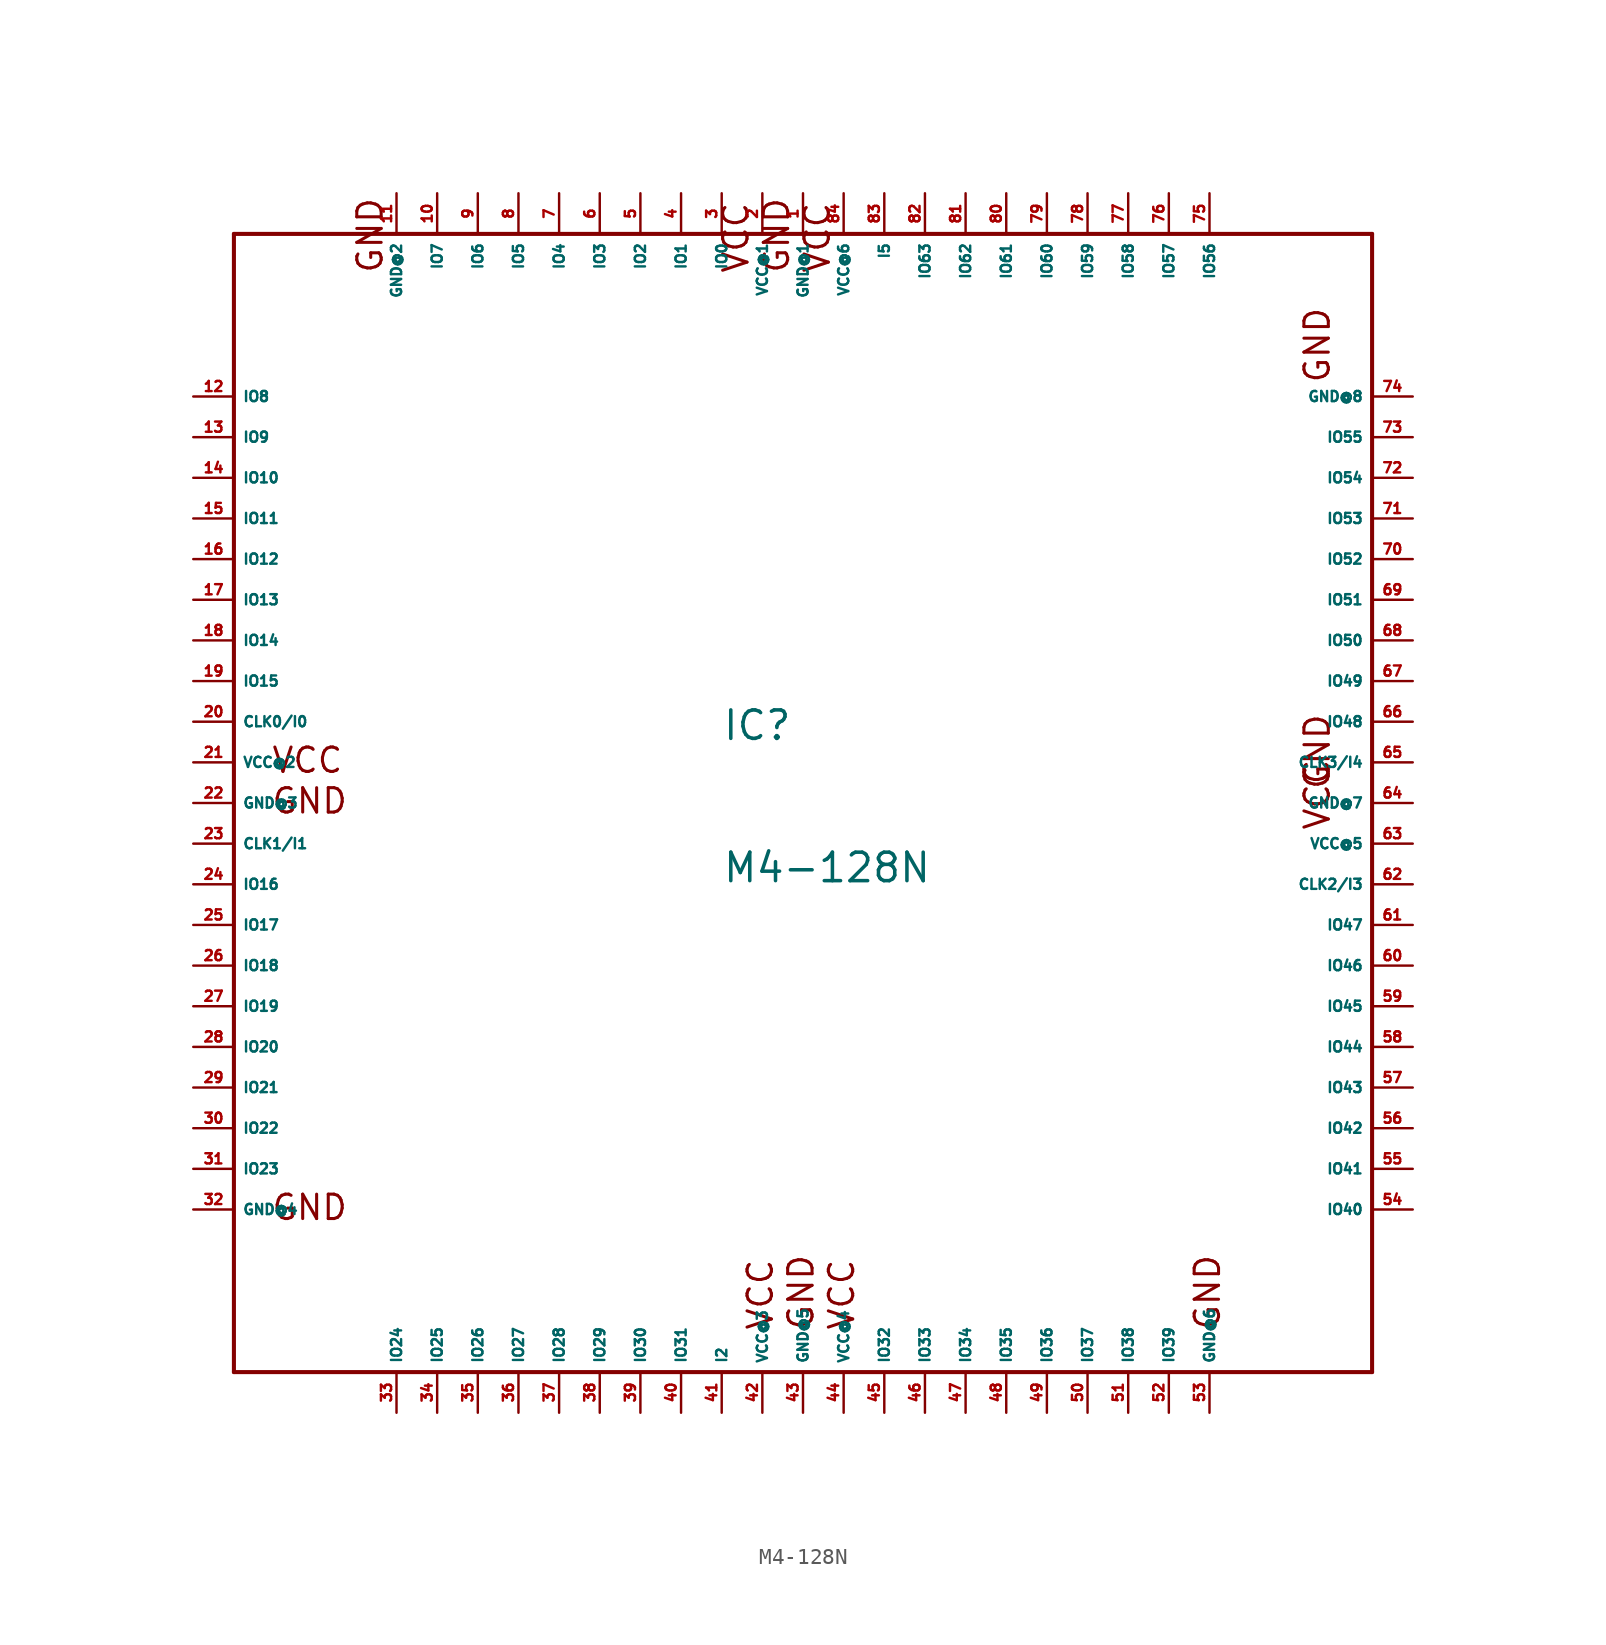
<source format=kicad_sym>
(kicad_symbol_lib
  (version 20220914)
  (generator Eagle2Kicad)
  (symbol "M4-128N"
    (property "Reference" "IC"
      (at -5.08 3.81 0)
      (effects (font (size 1.778 1.778) (thickness 0.22)) (justify left bottom)))
    (property "Value" "M4-128N"
      (at -5.08 -5.08 0)
      (effects (font (size 1.778 1.778) (thickness 0.22)) (justify left bottom)))
    (polyline
      (pts (xy -35.56 35.56) (xy -35.56 -35.56))
      (stroke (width 0.254) (type default))
      (fill (type none)))
    (polyline
      (pts (xy -35.56 -35.56) (xy 35.56 -35.56))
      (stroke (width 0.254) (type default))
      (fill (type none)))
    (polyline
      (pts (xy 35.56 -35.56) (xy 35.56 35.56))
      (stroke (width 0.254) (type default))
      (fill (type none)))
    (polyline
      (pts (xy 35.56 35.56) (xy -35.56 35.56))
      (stroke (width 0.254) (type default))
      (fill (type none)))
    (text "GND"
      (at -33.274 -0.762 0)
      (effects (font (size 1.524 1.524) (thickness 0.19)) (justify left bottom)))
    (text "GND"
      (at -33.274 -26.162 0)
      (effects (font (size 1.524 1.524) (thickness 0.19)) (justify left bottom)))
    (text "GND"
      (at 0.762 -33.02 900)
      (effects (font (size 1.524 1.524) (thickness 0.19)) (justify left bottom)))
    (text "GND"
      (at 26.162 -33.02 900)
      (effects (font (size 1.524 1.524) (thickness 0.19)) (justify left bottom)))
    (text "VCC"
      (at -1.778 -33.02 900)
      (effects (font (size 1.524 1.524) (thickness 0.19)) (justify left bottom)))
    (text "VCC"
      (at -33.274 1.778 0)
      (effects (font (size 1.524 1.524) (thickness 0.19)) (justify left bottom)))
    (text "VCC"
      (at 3.302 -33.02 900)
      (effects (font (size 1.524 1.524) (thickness 0.19)) (justify left bottom)))
    (text "GND"
      (at 33.02 0.762 1800)
      (effects (font (size 1.524 1.524) (thickness 0.19)) (justify left bottom)))
    (text "GND"
      (at 33.02 26.162 1800)
      (effects (font (size 1.524 1.524) (thickness 0.19)) (justify left bottom)))
    (text "GND"
      (at -0.762 33.02 2700)
      (effects (font (size 1.524 1.524) (thickness 0.19)) (justify left bottom)))
    (text "VCC"
      (at 33.02 -1.778 1800)
      (effects (font (size 1.524 1.524) (thickness 0.19)) (justify left bottom)))
    (text "GND"
      (at -26.162 33.02 2700)
      (effects (font (size 1.524 1.524) (thickness 0.19)) (justify left bottom)))
    (text "VCC"
      (at 1.778 33.02 2700)
      (effects (font (size 1.524 1.524) (thickness 0.19)) (justify left bottom)))
    (text "VCC"
      (at -3.302 33.02 2700)
      (effects (font (size 1.524 1.524) (thickness 0.19)) (justify left bottom)))
    (pin input line
      (at -38.1 5.08 0)
      (length 2.54)
      (name "CLK0/I0" (effects (font (size 0.635 0.635) (thickness 0.08)) (justify left bottom)))
      (number "20" (effects (font (size 0.635 0.635) (thickness 0.08)) (justify left bottom))))
    (pin input line
      (at -38.1 -2.54 0)
      (length 2.54)
      (name "CLK1/I1" (effects (font (size 0.635 0.635) (thickness 0.08)) (justify left bottom)))
      (number "23" (effects (font (size 0.635 0.635) (thickness 0.08)) (justify left bottom))))
    (pin bidirectional line
      (at -5.08 38.1 270)
      (length 2.54)
      (name "IO0" (effects (font (size 0.635 0.635) (thickness 0.08)) (justify left bottom)))
      (number "3" (effects (font (size 0.635 0.635) (thickness 0.08)) (justify left bottom))))
    (pin bidirectional line
      (at -7.62 38.1 270)
      (length 2.54)
      (name "IO1" (effects (font (size 0.635 0.635) (thickness 0.08)) (justify left bottom)))
      (number "4" (effects (font (size 0.635 0.635) (thickness 0.08)) (justify left bottom))))
    (pin bidirectional line
      (at -10.16 38.1 270)
      (length 2.54)
      (name "IO2" (effects (font (size 0.635 0.635) (thickness 0.08)) (justify left bottom)))
      (number "5" (effects (font (size 0.635 0.635) (thickness 0.08)) (justify left bottom))))
    (pin bidirectional line
      (at -12.7 38.1 270)
      (length 2.54)
      (name "IO3" (effects (font (size 0.635 0.635) (thickness 0.08)) (justify left bottom)))
      (number "6" (effects (font (size 0.635 0.635) (thickness 0.08)) (justify left bottom))))
    (pin bidirectional line
      (at -15.24 38.1 270)
      (length 2.54)
      (name "IO4" (effects (font (size 0.635 0.635) (thickness 0.08)) (justify left bottom)))
      (number "7" (effects (font (size 0.635 0.635) (thickness 0.08)) (justify left bottom))))
    (pin bidirectional line
      (at -17.78 38.1 270)
      (length 2.54)
      (name "IO5" (effects (font (size 0.635 0.635) (thickness 0.08)) (justify left bottom)))
      (number "8" (effects (font (size 0.635 0.635) (thickness 0.08)) (justify left bottom))))
    (pin bidirectional line
      (at -20.32 38.1 270)
      (length 2.54)
      (name "IO6" (effects (font (size 0.635 0.635) (thickness 0.08)) (justify left bottom)))
      (number "9" (effects (font (size 0.635 0.635) (thickness 0.08)) (justify left bottom))))
    (pin bidirectional line
      (at -22.86 38.1 270)
      (length 2.54)
      (name "IO7" (effects (font (size 0.635 0.635) (thickness 0.08)) (justify left bottom)))
      (number "10" (effects (font (size 0.635 0.635) (thickness 0.08)) (justify left bottom))))
    (pin bidirectional line
      (at -38.1 25.4 0)
      (length 2.54)
      (name "IO8" (effects (font (size 0.635 0.635) (thickness 0.08)) (justify left bottom)))
      (number "12" (effects (font (size 0.635 0.635) (thickness 0.08)) (justify left bottom))))
    (pin bidirectional line
      (at -38.1 22.86 0)
      (length 2.54)
      (name "IO9" (effects (font (size 0.635 0.635) (thickness 0.08)) (justify left bottom)))
      (number "13" (effects (font (size 0.635 0.635) (thickness 0.08)) (justify left bottom))))
    (pin bidirectional line
      (at -38.1 20.32 0)
      (length 2.54)
      (name "IO10" (effects (font (size 0.635 0.635) (thickness 0.08)) (justify left bottom)))
      (number "14" (effects (font (size 0.635 0.635) (thickness 0.08)) (justify left bottom))))
    (pin bidirectional line
      (at -38.1 17.78 0)
      (length 2.54)
      (name "IO11" (effects (font (size 0.635 0.635) (thickness 0.08)) (justify left bottom)))
      (number "15" (effects (font (size 0.635 0.635) (thickness 0.08)) (justify left bottom))))
    (pin bidirectional line
      (at -38.1 15.24 0)
      (length 2.54)
      (name "IO12" (effects (font (size 0.635 0.635) (thickness 0.08)) (justify left bottom)))
      (number "16" (effects (font (size 0.635 0.635) (thickness 0.08)) (justify left bottom))))
    (pin bidirectional line
      (at -38.1 12.7 0)
      (length 2.54)
      (name "IO13" (effects (font (size 0.635 0.635) (thickness 0.08)) (justify left bottom)))
      (number "17" (effects (font (size 0.635 0.635) (thickness 0.08)) (justify left bottom))))
    (pin bidirectional line
      (at -38.1 10.16 0)
      (length 2.54)
      (name "IO14" (effects (font (size 0.635 0.635) (thickness 0.08)) (justify left bottom)))
      (number "18" (effects (font (size 0.635 0.635) (thickness 0.08)) (justify left bottom))))
    (pin bidirectional line
      (at -38.1 7.62 0)
      (length 2.54)
      (name "IO15" (effects (font (size 0.635 0.635) (thickness 0.08)) (justify left bottom)))
      (number "19" (effects (font (size 0.635 0.635) (thickness 0.08)) (justify left bottom))))
    (pin bidirectional line
      (at -38.1 -5.08 0)
      (length 2.54)
      (name "IO16" (effects (font (size 0.635 0.635) (thickness 0.08)) (justify left bottom)))
      (number "24" (effects (font (size 0.635 0.635) (thickness 0.08)) (justify left bottom))))
    (pin bidirectional line
      (at -38.1 -7.62 0)
      (length 2.54)
      (name "IO17" (effects (font (size 0.635 0.635) (thickness 0.08)) (justify left bottom)))
      (number "25" (effects (font (size 0.635 0.635) (thickness 0.08)) (justify left bottom))))
    (pin bidirectional line
      (at -38.1 -10.16 0)
      (length 2.54)
      (name "IO18" (effects (font (size 0.635 0.635) (thickness 0.08)) (justify left bottom)))
      (number "26" (effects (font (size 0.635 0.635) (thickness 0.08)) (justify left bottom))))
    (pin bidirectional line
      (at -38.1 -12.7 0)
      (length 2.54)
      (name "IO19" (effects (font (size 0.635 0.635) (thickness 0.08)) (justify left bottom)))
      (number "27" (effects (font (size 0.635 0.635) (thickness 0.08)) (justify left bottom))))
    (pin bidirectional line
      (at -38.1 -15.24 0)
      (length 2.54)
      (name "IO20" (effects (font (size 0.635 0.635) (thickness 0.08)) (justify left bottom)))
      (number "28" (effects (font (size 0.635 0.635) (thickness 0.08)) (justify left bottom))))
    (pin bidirectional line
      (at -38.1 -17.78 0)
      (length 2.54)
      (name "IO21" (effects (font (size 0.635 0.635) (thickness 0.08)) (justify left bottom)))
      (number "29" (effects (font (size 0.635 0.635) (thickness 0.08)) (justify left bottom))))
    (pin bidirectional line
      (at -38.1 -20.32 0)
      (length 2.54)
      (name "IO22" (effects (font (size 0.635 0.635) (thickness 0.08)) (justify left bottom)))
      (number "30" (effects (font (size 0.635 0.635) (thickness 0.08)) (justify left bottom))))
    (pin bidirectional line
      (at -38.1 -22.86 0)
      (length 2.54)
      (name "IO23" (effects (font (size 0.635 0.635) (thickness 0.08)) (justify left bottom)))
      (number "31" (effects (font (size 0.635 0.635) (thickness 0.08)) (justify left bottom))))
    (pin bidirectional line
      (at -25.4 -38.1 90)
      (length 2.54)
      (name "IO24" (effects (font (size 0.635 0.635) (thickness 0.08)) (justify left bottom)))
      (number "33" (effects (font (size 0.635 0.635) (thickness 0.08)) (justify left bottom))))
    (pin bidirectional line
      (at -22.86 -38.1 90)
      (length 2.54)
      (name "IO25" (effects (font (size 0.635 0.635) (thickness 0.08)) (justify left bottom)))
      (number "34" (effects (font (size 0.635 0.635) (thickness 0.08)) (justify left bottom))))
    (pin bidirectional line
      (at -20.32 -38.1 90)
      (length 2.54)
      (name "IO26" (effects (font (size 0.635 0.635) (thickness 0.08)) (justify left bottom)))
      (number "35" (effects (font (size 0.635 0.635) (thickness 0.08)) (justify left bottom))))
    (pin bidirectional line
      (at -17.78 -38.1 90)
      (length 2.54)
      (name "IO27" (effects (font (size 0.635 0.635) (thickness 0.08)) (justify left bottom)))
      (number "36" (effects (font (size 0.635 0.635) (thickness 0.08)) (justify left bottom))))
    (pin bidirectional line
      (at -15.24 -38.1 90)
      (length 2.54)
      (name "IO28" (effects (font (size 0.635 0.635) (thickness 0.08)) (justify left bottom)))
      (number "37" (effects (font (size 0.635 0.635) (thickness 0.08)) (justify left bottom))))
    (pin bidirectional line
      (at -12.7 -38.1 90)
      (length 2.54)
      (name "IO29" (effects (font (size 0.635 0.635) (thickness 0.08)) (justify left bottom)))
      (number "38" (effects (font (size 0.635 0.635) (thickness 0.08)) (justify left bottom))))
    (pin bidirectional line
      (at -10.16 -38.1 90)
      (length 2.54)
      (name "IO30" (effects (font (size 0.635 0.635) (thickness 0.08)) (justify left bottom)))
      (number "39" (effects (font (size 0.635 0.635) (thickness 0.08)) (justify left bottom))))
    (pin bidirectional line
      (at -7.62 -38.1 90)
      (length 2.54)
      (name "IO31" (effects (font (size 0.635 0.635) (thickness 0.08)) (justify left bottom)))
      (number "40" (effects (font (size 0.635 0.635) (thickness 0.08)) (justify left bottom))))
    (pin unspecified line
      (at 0 38.1 270)
      (length 2.54)
      (name "GND@1" (effects (font (size 0.635 0.635) (thickness 0.08)) (justify left bottom)))
      (number "1" (effects (font (size 0.635 0.635) (thickness 0.08)) (justify left bottom))))
    (pin unspecified line
      (at -25.4 38.1 270)
      (length 2.54)
      (name "GND@2" (effects (font (size 0.635 0.635) (thickness 0.08)) (justify left bottom)))
      (number "11" (effects (font (size 0.635 0.635) (thickness 0.08)) (justify left bottom))))
    (pin unspecified line
      (at -38.1 0 0)
      (length 2.54)
      (name "GND@3" (effects (font (size 0.635 0.635) (thickness 0.08)) (justify left bottom)))
      (number "22" (effects (font (size 0.635 0.635) (thickness 0.08)) (justify left bottom))))
    (pin unspecified line
      (at -38.1 -25.4 0)
      (length 2.54)
      (name "GND@4" (effects (font (size 0.635 0.635) (thickness 0.08)) (justify left bottom)))
      (number "32" (effects (font (size 0.635 0.635) (thickness 0.08)) (justify left bottom))))
    (pin unspecified line
      (at -2.54 38.1 270)
      (length 2.54)
      (name "VCC@1" (effects (font (size 0.635 0.635) (thickness 0.08)) (justify left bottom)))
      (number "2" (effects (font (size 0.635 0.635) (thickness 0.08)) (justify left bottom))))
    (pin unspecified line
      (at -38.1 2.54 0)
      (length 2.54)
      (name "VCC@2" (effects (font (size 0.635 0.635) (thickness 0.08)) (justify left bottom)))
      (number "21" (effects (font (size 0.635 0.635) (thickness 0.08)) (justify left bottom))))
    (pin input line
      (at -5.08 -38.1 90)
      (length 2.54)
      (name "I2" (effects (font (size 0.635 0.635) (thickness 0.08)) (justify left bottom)))
      (number "41" (effects (font (size 0.635 0.635) (thickness 0.08)) (justify left bottom))))
    (pin bidirectional line
      (at 5.08 -38.1 90)
      (length 2.54)
      (name "IO32" (effects (font (size 0.635 0.635) (thickness 0.08)) (justify left bottom)))
      (number "45" (effects (font (size 0.635 0.635) (thickness 0.08)) (justify left bottom))))
    (pin bidirectional line
      (at 7.62 -38.1 90)
      (length 2.54)
      (name "IO33" (effects (font (size 0.635 0.635) (thickness 0.08)) (justify left bottom)))
      (number "46" (effects (font (size 0.635 0.635) (thickness 0.08)) (justify left bottom))))
    (pin bidirectional line
      (at 10.16 -38.1 90)
      (length 2.54)
      (name "IO34" (effects (font (size 0.635 0.635) (thickness 0.08)) (justify left bottom)))
      (number "47" (effects (font (size 0.635 0.635) (thickness 0.08)) (justify left bottom))))
    (pin bidirectional line
      (at 12.7 -38.1 90)
      (length 2.54)
      (name "IO35" (effects (font (size 0.635 0.635) (thickness 0.08)) (justify left bottom)))
      (number "48" (effects (font (size 0.635 0.635) (thickness 0.08)) (justify left bottom))))
    (pin input line
      (at 38.1 -5.08 180)
      (length 2.54)
      (name "CLK2/I3" (effects (font (size 0.635 0.635) (thickness 0.08)) (justify left bottom)))
      (number "62" (effects (font (size 0.635 0.635) (thickness 0.08)) (justify left bottom))))
    (pin unspecified line
      (at -2.54 -38.1 90)
      (length 2.54)
      (name "VCC@3" (effects (font (size 0.635 0.635) (thickness 0.08)) (justify left bottom)))
      (number "42" (effects (font (size 0.635 0.635) (thickness 0.08)) (justify left bottom))))
    (pin unspecified line
      (at 0 -38.1 90)
      (length 2.54)
      (name "GND@5" (effects (font (size 0.635 0.635) (thickness 0.08)) (justify left bottom)))
      (number "43" (effects (font (size 0.635 0.635) (thickness 0.08)) (justify left bottom))))
    (pin input line
      (at 38.1 2.54 180)
      (length 2.54)
      (name "CLK3/I4" (effects (font (size 0.635 0.635) (thickness 0.08)) (justify left bottom)))
      (number "65" (effects (font (size 0.635 0.635) (thickness 0.08)) (justify left bottom))))
    (pin bidirectional line
      (at 15.24 -38.1 90)
      (length 2.54)
      (name "IO36" (effects (font (size 0.635 0.635) (thickness 0.08)) (justify left bottom)))
      (number "49" (effects (font (size 0.635 0.635) (thickness 0.08)) (justify left bottom))))
    (pin bidirectional line
      (at 17.78 -38.1 90)
      (length 2.54)
      (name "IO37" (effects (font (size 0.635 0.635) (thickness 0.08)) (justify left bottom)))
      (number "50" (effects (font (size 0.635 0.635) (thickness 0.08)) (justify left bottom))))
    (pin bidirectional line
      (at 20.32 -38.1 90)
      (length 2.54)
      (name "IO38" (effects (font (size 0.635 0.635) (thickness 0.08)) (justify left bottom)))
      (number "51" (effects (font (size 0.635 0.635) (thickness 0.08)) (justify left bottom))))
    (pin bidirectional line
      (at 22.86 -38.1 90)
      (length 2.54)
      (name "IO39" (effects (font (size 0.635 0.635) (thickness 0.08)) (justify left bottom)))
      (number "52" (effects (font (size 0.635 0.635) (thickness 0.08)) (justify left bottom))))
    (pin bidirectional line
      (at 38.1 -25.4 180)
      (length 2.54)
      (name "IO40" (effects (font (size 0.635 0.635) (thickness 0.08)) (justify left bottom)))
      (number "54" (effects (font (size 0.635 0.635) (thickness 0.08)) (justify left bottom))))
    (pin bidirectional line
      (at 38.1 -22.86 180)
      (length 2.54)
      (name "IO41" (effects (font (size 0.635 0.635) (thickness 0.08)) (justify left bottom)))
      (number "55" (effects (font (size 0.635 0.635) (thickness 0.08)) (justify left bottom))))
    (pin unspecified line
      (at 25.4 -38.1 90)
      (length 2.54)
      (name "GND@6" (effects (font (size 0.635 0.635) (thickness 0.08)) (justify left bottom)))
      (number "53" (effects (font (size 0.635 0.635) (thickness 0.08)) (justify left bottom))))
    (pin bidirectional line
      (at 38.1 -20.32 180)
      (length 2.54)
      (name "IO42" (effects (font (size 0.635 0.635) (thickness 0.08)) (justify left bottom)))
      (number "56" (effects (font (size 0.635 0.635) (thickness 0.08)) (justify left bottom))))
    (pin bidirectional line
      (at 38.1 -17.78 180)
      (length 2.54)
      (name "IO43" (effects (font (size 0.635 0.635) (thickness 0.08)) (justify left bottom)))
      (number "57" (effects (font (size 0.635 0.635) (thickness 0.08)) (justify left bottom))))
    (pin bidirectional line
      (at 38.1 -15.24 180)
      (length 2.54)
      (name "IO44" (effects (font (size 0.635 0.635) (thickness 0.08)) (justify left bottom)))
      (number "58" (effects (font (size 0.635 0.635) (thickness 0.08)) (justify left bottom))))
    (pin bidirectional line
      (at 38.1 -12.7 180)
      (length 2.54)
      (name "IO45" (effects (font (size 0.635 0.635) (thickness 0.08)) (justify left bottom)))
      (number "59" (effects (font (size 0.635 0.635) (thickness 0.08)) (justify left bottom))))
    (pin bidirectional line
      (at 38.1 -10.16 180)
      (length 2.54)
      (name "IO46" (effects (font (size 0.635 0.635) (thickness 0.08)) (justify left bottom)))
      (number "60" (effects (font (size 0.635 0.635) (thickness 0.08)) (justify left bottom))))
    (pin bidirectional line
      (at 38.1 -7.62 180)
      (length 2.54)
      (name "IO47" (effects (font (size 0.635 0.635) (thickness 0.08)) (justify left bottom)))
      (number "61" (effects (font (size 0.635 0.635) (thickness 0.08)) (justify left bottom))))
    (pin unspecified line
      (at 38.1 0 180)
      (length 2.54)
      (name "GND@7" (effects (font (size 0.635 0.635) (thickness 0.08)) (justify left bottom)))
      (number "64" (effects (font (size 0.635 0.635) (thickness 0.08)) (justify left bottom))))
    (pin unspecified line
      (at 2.54 -38.1 90)
      (length 2.54)
      (name "VCC@4" (effects (font (size 0.635 0.635) (thickness 0.08)) (justify left bottom)))
      (number "44" (effects (font (size 0.635 0.635) (thickness 0.08)) (justify left bottom))))
    (pin unspecified line
      (at 38.1 25.4 180)
      (length 2.54)
      (name "GND@8" (effects (font (size 0.635 0.635) (thickness 0.08)) (justify left bottom)))
      (number "74" (effects (font (size 0.635 0.635) (thickness 0.08)) (justify left bottom))))
    (pin bidirectional line
      (at 38.1 5.08 180)
      (length 2.54)
      (name "IO48" (effects (font (size 0.635 0.635) (thickness 0.08)) (justify left bottom)))
      (number "66" (effects (font (size 0.635 0.635) (thickness 0.08)) (justify left bottom))))
    (pin bidirectional line
      (at 38.1 7.62 180)
      (length 2.54)
      (name "IO49" (effects (font (size 0.635 0.635) (thickness 0.08)) (justify left bottom)))
      (number "67" (effects (font (size 0.635 0.635) (thickness 0.08)) (justify left bottom))))
    (pin bidirectional line
      (at 38.1 10.16 180)
      (length 2.54)
      (name "IO50" (effects (font (size 0.635 0.635) (thickness 0.08)) (justify left bottom)))
      (number "68" (effects (font (size 0.635 0.635) (thickness 0.08)) (justify left bottom))))
    (pin bidirectional line
      (at 38.1 12.7 180)
      (length 2.54)
      (name "IO51" (effects (font (size 0.635 0.635) (thickness 0.08)) (justify left bottom)))
      (number "69" (effects (font (size 0.635 0.635) (thickness 0.08)) (justify left bottom))))
    (pin bidirectional line
      (at 38.1 15.24 180)
      (length 2.54)
      (name "IO52" (effects (font (size 0.635 0.635) (thickness 0.08)) (justify left bottom)))
      (number "70" (effects (font (size 0.635 0.635) (thickness 0.08)) (justify left bottom))))
    (pin bidirectional line
      (at 38.1 17.78 180)
      (length 2.54)
      (name "IO53" (effects (font (size 0.635 0.635) (thickness 0.08)) (justify left bottom)))
      (number "71" (effects (font (size 0.635 0.635) (thickness 0.08)) (justify left bottom))))
    (pin bidirectional line
      (at 38.1 20.32 180)
      (length 2.54)
      (name "IO54" (effects (font (size 0.635 0.635) (thickness 0.08)) (justify left bottom)))
      (number "72" (effects (font (size 0.635 0.635) (thickness 0.08)) (justify left bottom))))
    (pin bidirectional line
      (at 38.1 22.86 180)
      (length 2.54)
      (name "IO55" (effects (font (size 0.635 0.635) (thickness 0.08)) (justify left bottom)))
      (number "73" (effects (font (size 0.635 0.635) (thickness 0.08)) (justify left bottom))))
    (pin bidirectional line
      (at 25.4 38.1 270)
      (length 2.54)
      (name "IO56" (effects (font (size 0.635 0.635) (thickness 0.08)) (justify left bottom)))
      (number "75" (effects (font (size 0.635 0.635) (thickness 0.08)) (justify left bottom))))
    (pin bidirectional line
      (at 22.86 38.1 270)
      (length 2.54)
      (name "IO57" (effects (font (size 0.635 0.635) (thickness 0.08)) (justify left bottom)))
      (number "76" (effects (font (size 0.635 0.635) (thickness 0.08)) (justify left bottom))))
    (pin bidirectional line
      (at 20.32 38.1 270)
      (length 2.54)
      (name "IO58" (effects (font (size 0.635 0.635) (thickness 0.08)) (justify left bottom)))
      (number "77" (effects (font (size 0.635 0.635) (thickness 0.08)) (justify left bottom))))
    (pin bidirectional line
      (at 17.78 38.1 270)
      (length 2.54)
      (name "IO59" (effects (font (size 0.635 0.635) (thickness 0.08)) (justify left bottom)))
      (number "78" (effects (font (size 0.635 0.635) (thickness 0.08)) (justify left bottom))))
    (pin bidirectional line
      (at 15.24 38.1 270)
      (length 2.54)
      (name "IO60" (effects (font (size 0.635 0.635) (thickness 0.08)) (justify left bottom)))
      (number "79" (effects (font (size 0.635 0.635) (thickness 0.08)) (justify left bottom))))
    (pin bidirectional line
      (at 12.7 38.1 270)
      (length 2.54)
      (name "IO61" (effects (font (size 0.635 0.635) (thickness 0.08)) (justify left bottom)))
      (number "80" (effects (font (size 0.635 0.635) (thickness 0.08)) (justify left bottom))))
    (pin bidirectional line
      (at 10.16 38.1 270)
      (length 2.54)
      (name "IO62" (effects (font (size 0.635 0.635) (thickness 0.08)) (justify left bottom)))
      (number "81" (effects (font (size 0.635 0.635) (thickness 0.08)) (justify left bottom))))
    (pin bidirectional line
      (at 7.62 38.1 270)
      (length 2.54)
      (name "IO63" (effects (font (size 0.635 0.635) (thickness 0.08)) (justify left bottom)))
      (number "82" (effects (font (size 0.635 0.635) (thickness 0.08)) (justify left bottom))))
    (pin input line
      (at 5.08 38.1 270)
      (length 2.54)
      (name "I5" (effects (font (size 0.635 0.635) (thickness 0.08)) (justify left bottom)))
      (number "83" (effects (font (size 0.635 0.635) (thickness 0.08)) (justify left bottom))))
    (pin unspecified line
      (at 38.1 -2.54 180)
      (length 2.54)
      (name "VCC@5" (effects (font (size 0.635 0.635) (thickness 0.08)) (justify left bottom)))
      (number "63" (effects (font (size 0.635 0.635) (thickness 0.08)) (justify left bottom))))
    (pin unspecified line
      (at 2.54 38.1 270)
      (length 2.54)
      (name "VCC@6" (effects (font (size 0.635 0.635) (thickness 0.08)) (justify left bottom)))
      (number "84" (effects (font (size 0.635 0.635) (thickness 0.08)) (justify left bottom))))))
</source>
